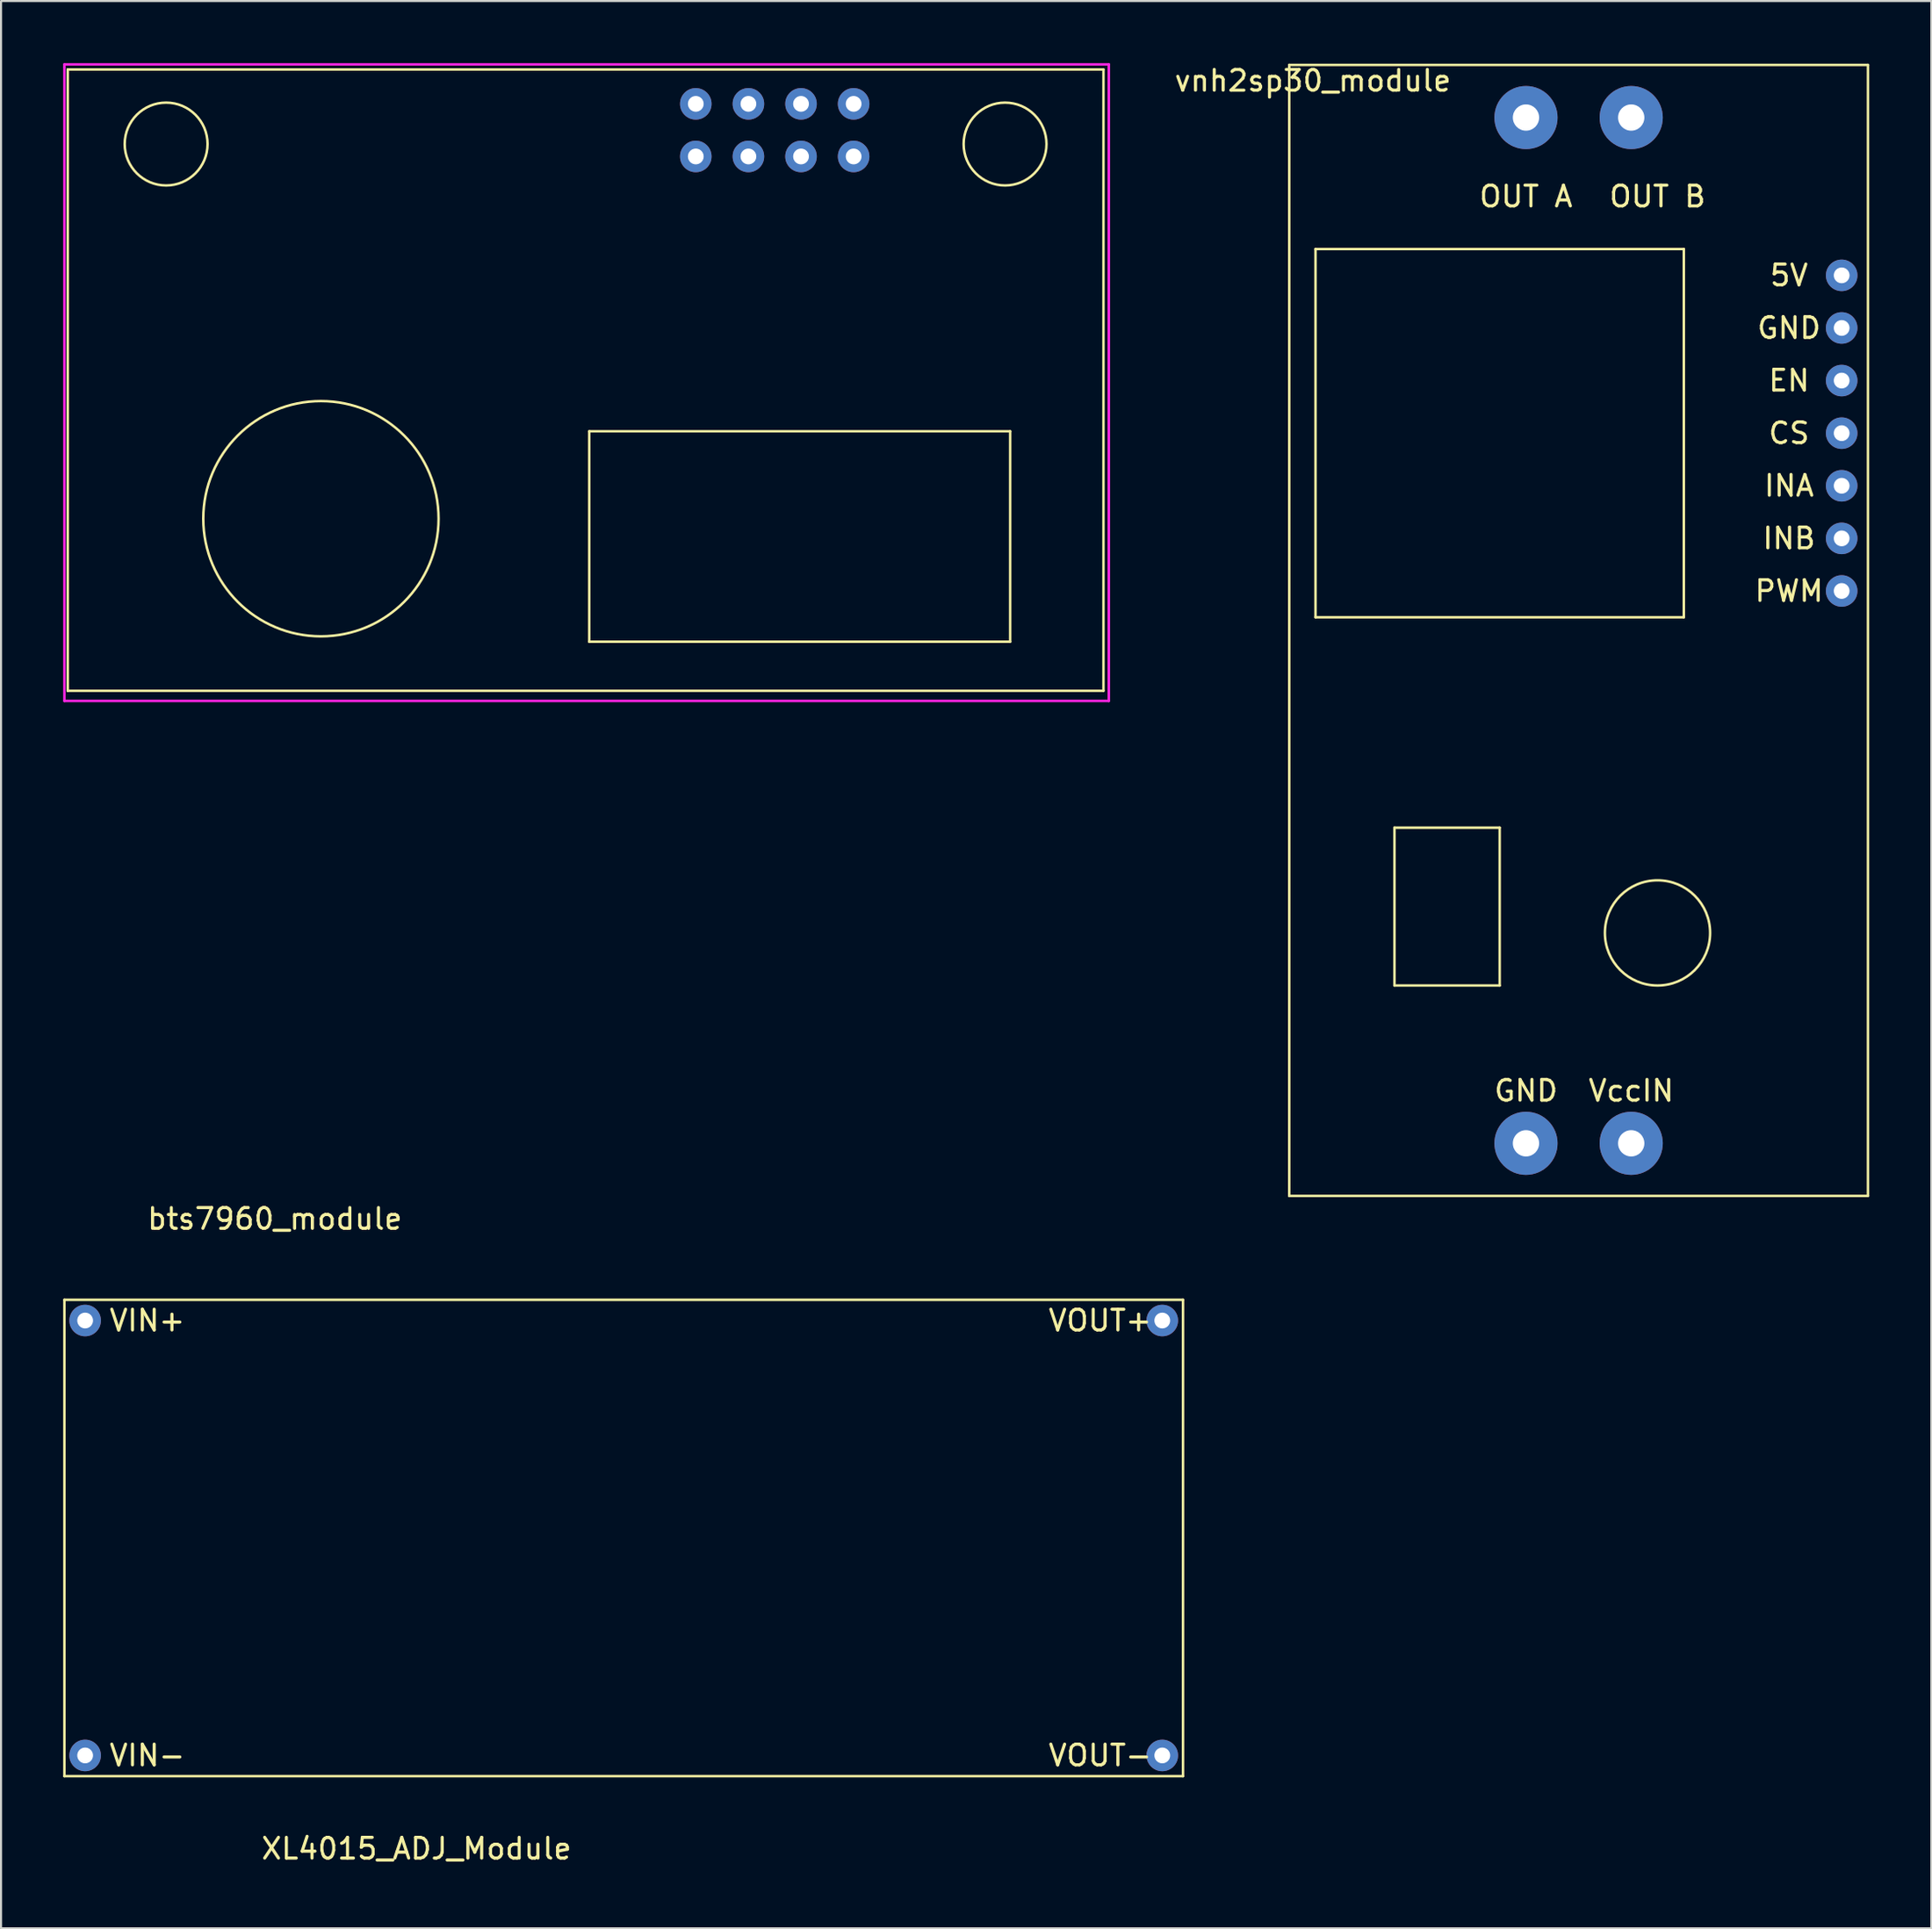
<source format=kicad_pcb>
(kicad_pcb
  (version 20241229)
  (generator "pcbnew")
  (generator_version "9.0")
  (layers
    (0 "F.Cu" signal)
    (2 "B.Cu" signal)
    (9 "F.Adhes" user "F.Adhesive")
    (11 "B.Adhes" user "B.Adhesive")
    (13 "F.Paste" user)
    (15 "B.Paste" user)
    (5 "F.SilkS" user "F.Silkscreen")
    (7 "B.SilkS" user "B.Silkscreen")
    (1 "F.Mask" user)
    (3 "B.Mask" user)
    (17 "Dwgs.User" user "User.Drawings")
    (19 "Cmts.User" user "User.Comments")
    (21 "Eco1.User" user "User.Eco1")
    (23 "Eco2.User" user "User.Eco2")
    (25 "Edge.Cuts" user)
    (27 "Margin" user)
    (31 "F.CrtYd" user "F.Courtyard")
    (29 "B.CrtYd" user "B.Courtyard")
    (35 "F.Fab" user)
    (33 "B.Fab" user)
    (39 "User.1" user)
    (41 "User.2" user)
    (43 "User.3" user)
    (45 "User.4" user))
  (footprint "XL4015_ADJ_Module"
    (layer "F.Cu")
    (at 17.06 85.713)
    (property "Reference" "XL4015_ADJ_Module" (at 0 0.5 0) (layer "F.SilkS") (effects (font (size 1 1) (thickness 0.15))))
    (attr through_hole)
    (fp_line (start -17 -26) (end -17 -3) (stroke (width 0.12) (type solid)) (layer "F.SilkS"))
    (fp_line (start -17 -3) (end 37 -3) (stroke (width 0.12) (type solid)) (layer "F.SilkS"))
    (fp_line (start 37 -26) (end -17 -26) (stroke (width 0.12) (type solid)) (layer "F.SilkS"))
    (fp_line (start 37 -3) (end 37 -26) (stroke (width 0.12) (type solid)) (layer "F.SilkS"))
    (fp_text user "VIN-" (at -13 -4 0) (layer "F.SilkS") (effects (font (size 1 1) (thickness 0.15))))
    (fp_text user "VIN+" (at -13 -25 0) (layer "F.SilkS") (effects (font (size 1 1) (thickness 0.15))))
    (fp_text user "VOUT+" (at 33 -25 0) (layer "F.SilkS") (effects (font (size 1 1) (thickness 0.15))))
    (fp_text user "VOUT-" (at 33 -4 0) (layer "F.SilkS") (effects (font (size 1 1) (thickness 0.15))))
    (pad "1" thru_hole circle (at -16 -25) (size 1.524 1.524) (drill 0.762) (layers "*.Cu" "*.Mask"))
    (pad "2" thru_hole circle (at -16 -4) (size 1.524 1.524) (drill 0.762) (layers "*.Cu" "*.Mask"))
    (pad "3" thru_hole circle (at 36 -25) (size 1.524 1.524) (drill 0.762) (layers "*.Cu" "*.Mask"))
    (pad "4" thru_hole circle (at 36 -4) (size 1.524 1.524) (drill 0.762) (layers "*.Cu" "*.Mask")))
  (footprint "bts7960_module"
    (layer "F.Cu")
    (at 10.22 55.305)
    (property "Reference" "bts7960_module" (at 0 0.5 0) (layer "F.SilkS") (effects (font (size 1 1) (thickness 0.15))))
    (attr through_hole)
    (fp_line (start -10 -55) (end 40 -55) (stroke (width 0.12) (type solid)) (layer "F.SilkS"))
    (fp_line (start -10 -25) (end -10 -55) (stroke (width 0.12) (type solid)) (layer "F.SilkS"))
    (fp_line (start 15.177 -37.529) (end 15.177 -27.369) (stroke (width 0.12) (type solid)) (layer "F.SilkS"))
    (fp_line (start 15.177 -27.369) (end 35.496 -27.369) (stroke (width 0.12) (type solid)) (layer "F.SilkS"))
    (fp_line (start 35.496 -37.529) (end 15.177 -37.529) (stroke (width 0.12) (type solid)) (layer "F.SilkS"))
    (fp_line (start 35.496 -27.369) (end 35.496 -37.529) (stroke (width 0.12) (type solid)) (layer "F.SilkS"))
    (fp_line (start 40 -55) (end 40 -25) (stroke (width 0.12) (type solid)) (layer "F.SilkS"))
    (fp_line (start 40 -25) (end -10 -25) (stroke (width 0.12) (type solid)) (layer "F.SilkS"))
    (fp_circle (center -5.25 -51.4) (end -3.25 -51.4) (stroke (width 0.12) (type solid)) (fill no) (layer "F.SilkS"))
    (fp_circle (center 2.223 -33.309) (end 4.763 -28.229) (stroke (width 0.12) (type solid)) (fill no) (layer "F.SilkS"))
    (fp_circle (center 35.25 -51.4) (end 37.25 -51.4) (stroke (width 0.12) (type solid)) (fill no) (layer "F.SilkS"))
    (fp_line (start -10.16 -55.245) (end -10.16 -55.118) (stroke (width 0.12) (type solid)) (layer "F.CrtYd"))
    (fp_line (start -10.16 -55.118) (end -10.16 -24.511) (stroke (width 0.12) (type solid)) (layer "F.CrtYd"))
    (fp_line (start -10.16 -24.511) (end 40.259 -24.511) (stroke (width 0.12) (type solid)) (layer "F.CrtYd"))
    (fp_line (start 40.259 -55.245) (end -10.16 -55.245) (stroke (width 0.12) (type solid)) (layer "F.CrtYd"))
    (fp_line (start 40.259 -24.511) (end 40.259 -55.245) (stroke (width 0.12) (type solid)) (layer "F.CrtYd"))
    (pad "1" thru_hole circle (at 27.94 -50.8) (size 1.524 1.524) (drill 0.762) (layers "*.Cu" "*.Mask"))
    (pad "2" thru_hole circle (at 25.4 -50.8) (size 1.524 1.524) (drill 0.762) (layers "*.Cu" "*.Mask"))
    (pad "3" thru_hole circle (at 22.86 -50.8) (size 1.524 1.524) (drill 0.762) (layers "*.Cu" "*.Mask"))
    (pad "4" thru_hole circle (at 20.32 -50.8) (size 1.524 1.524) (drill 0.762) (layers "*.Cu" "*.Mask"))
    (pad "5" thru_hole circle (at 20.32 -53.34) (size 1.524 1.524) (drill 0.762) (layers "*.Cu" "*.Mask"))
    (pad "6" thru_hole circle (at 22.86 -53.34) (size 1.524 1.524) (drill 0.762) (layers "*.Cu" "*.Mask"))
    (pad "7" thru_hole circle (at 25.4 -53.34) (size 1.524 1.524) (drill 0.762) (layers "*.Cu" "*.Mask"))
    (pad "8" thru_hole circle (at 27.94 -53.34) (size 1.524 1.524) (drill 0.762) (layers "*.Cu" "*.Mask")))
  (footprint "vnh2sp30_module"
    (layer "F.Cu")
    (at 59.188 54.696)
    (property "Reference" "vnh2sp30_module" (at 1.143 -53.848 0) (layer "F.SilkS") (effects (font (size 1 1) (thickness 0.15))))
    (attr through_hole)
    (fp_line (start 0 -54.61) (end 0 0) (stroke (width 0.12) (type solid)) (layer "F.SilkS"))
    (fp_line (start 0 0) (end 27.94 0) (stroke (width 0.12) (type solid)) (layer "F.SilkS"))
    (fp_line (start 1.27 -45.72) (end 19.05 -45.72) (stroke (width 0.12) (type solid)) (layer "F.SilkS"))
    (fp_line (start 1.27 -27.94) (end 1.27 -45.72) (stroke (width 0.12) (type solid)) (layer "F.SilkS"))
    (fp_line (start 5.08 -17.78) (end 10.16 -17.78) (stroke (width 0.12) (type solid)) (layer "F.SilkS"))
    (fp_line (start 5.08 -10.16) (end 5.08 -17.78) (stroke (width 0.12) (type solid)) (layer "F.SilkS"))
    (fp_line (start 10.16 -17.78) (end 10.16 -10.16) (stroke (width 0.12) (type solid)) (layer "F.SilkS"))
    (fp_line (start 10.16 -10.16) (end 5.08 -10.16) (stroke (width 0.12) (type solid)) (layer "F.SilkS"))
    (fp_line (start 19.05 -45.72) (end 19.05 -27.94) (stroke (width 0.12) (type solid)) (layer "F.SilkS"))
    (fp_line (start 19.05 -27.94) (end 1.27 -27.94) (stroke (width 0.12) (type solid)) (layer "F.SilkS"))
    (fp_line (start 27.94 -54.61) (end 0 -54.61) (stroke (width 0.12) (type solid)) (layer "F.SilkS"))
    (fp_line (start 27.94 0) (end 27.94 -54.61) (stroke (width 0.12) (type solid)) (layer "F.SilkS"))
    (fp_circle (center 17.78 -12.7) (end 20.32 -12.7) (stroke (width 0.12) (type solid)) (fill no) (layer "F.SilkS"))
    (fp_text user "5V" (at 24.13 -44.45 0) (layer "F.SilkS") (effects (font (size 1 1) (thickness 0.15))))
    (fp_text user "CS" (at 24.13 -36.83 0) (layer "F.SilkS") (effects (font (size 1 1) (thickness 0.15))))
    (fp_text user "EN" (at 24.13 -39.37 0) (layer "F.SilkS") (effects (font (size 1 1) (thickness 0.15))))
    (fp_text user "GND" (at 24.13 -41.91 0) (layer "F.SilkS") (effects (font (size 1 1) (thickness 0.15))))
    (fp_text user "VccIN" (at 16.51 -5.08 0) (layer "F.SilkS") (effects (font (size 1 1) (thickness 0.15))))
    (fp_text user "OUT B" (at 17.78 -48.26 0) (layer "F.SilkS") (effects (font (size 1 1) (thickness 0.15))))
    (fp_text user "OUT A" (at 11.43 -48.26 0) (layer "F.SilkS") (effects (font (size 1 1) (thickness 0.15))))
    (fp_text user "INA" (at 24.13 -34.29 0) (layer "F.SilkS") (effects (font (size 1 1) (thickness 0.15))))
    (fp_text user "PWM" (at 24.13 -29.21 0) (layer "F.SilkS") (effects (font (size 1 1) (thickness 0.15))))
    (fp_text user "GND" (at 11.43 -5.08 0) (layer "F.SilkS") (effects (font (size 1 1) (thickness 0.15))))
    (fp_text user "INB" (at 24.13 -31.75 0) (layer "F.SilkS") (effects (font (size 1 1) (thickness 0.15))))
    (pad "3" thru_hole circle (at 26.67 -44.45) (size 1.524 1.524) (drill 0.762) (layers "*.Cu" "*.Mask"))
    (pad "5" thru_hole circle (at 26.67 -34.29) (size 1.524 1.524) (drill 0.762) (layers "*.Cu" "*.Mask"))
    (pad "6" thru_hole circle (at 26.67 -39.37) (size 1.524 1.524) (drill 0.762) (layers "*.Cu" "*.Mask"))
    (pad "8" thru_hole circle (at 26.67 -29.21) (size 1.524 1.524) (drill 0.762) (layers "*.Cu" "*.Mask"))
    (pad "9" thru_hole circle (at 26.67 -36.83) (size 1.524 1.524) (drill 0.762) (layers "*.Cu" "*.Mask"))
    (pad "11" thru_hole circle (at 26.67 -31.75) (size 1.524 1.524) (drill 0.762) (layers "*.Cu" "*.Mask"))
    (pad "17" thru_hole circle (at 11.43 -2.54) (size 3.048 3.048) (drill 1.27) (layers "*.Cu" "*.Mask"))
    (pad "18" thru_hole circle (at 16.51 -2.54) (size 3.048 3.048) (drill 1.27) (layers "*.Cu" "*.Mask"))
    (pad "20" thru_hole circle (at 26.67 -41.91) (size 1.524 1.524) (drill 0.762) (layers "*.Cu" "*.Mask"))
    (pad "21" thru_hole circle (at 16.51 -52.07) (size 3.048 3.048) (drill 1.27) (layers "*.Cu" "*.Mask"))
    (pad "32" thru_hole circle (at 11.43 -52.07) (size 3.048 3.048) (drill 1.27) (layers "*.Cu" "*.Mask")))
  (gr_rect
    (start -3 -3)
    (end 90.188 90.061)
    (stroke (width 0.1) (type default))
    (fill no)
    (layer "Edge.Cuts")))
</source>
